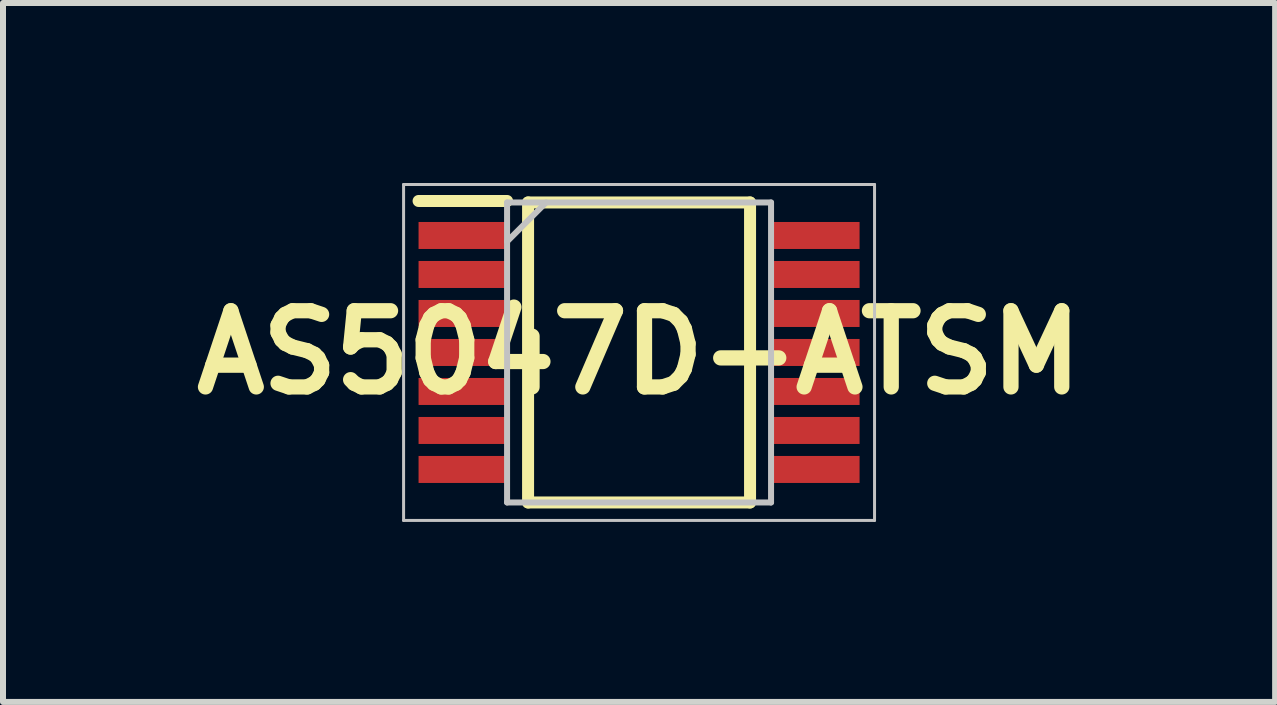
<source format=kicad_pcb>
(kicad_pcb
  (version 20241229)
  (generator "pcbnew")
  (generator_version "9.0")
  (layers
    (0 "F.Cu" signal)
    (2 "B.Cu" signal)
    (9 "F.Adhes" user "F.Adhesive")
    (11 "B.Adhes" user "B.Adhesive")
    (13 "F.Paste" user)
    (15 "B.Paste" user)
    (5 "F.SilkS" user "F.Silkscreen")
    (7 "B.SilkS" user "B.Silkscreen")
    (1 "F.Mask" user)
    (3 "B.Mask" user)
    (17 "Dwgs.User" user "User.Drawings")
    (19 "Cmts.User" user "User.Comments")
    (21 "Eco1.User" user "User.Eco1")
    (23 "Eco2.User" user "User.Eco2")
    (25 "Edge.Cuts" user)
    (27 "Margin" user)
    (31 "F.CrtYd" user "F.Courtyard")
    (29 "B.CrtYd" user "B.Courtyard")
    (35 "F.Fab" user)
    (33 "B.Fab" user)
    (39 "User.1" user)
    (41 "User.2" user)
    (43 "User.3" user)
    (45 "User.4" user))
  (footprint "AS5047D-ATSM"
    (layer "F.Cu")
    (at 7.602 2.825)
    (property "Reference" "AS5047D-ATSM" (at 0 0 0) (layer "F.SilkS") (effects (font (size 1.27 1.27) (thickness 0.254))))
    (attr smd)
    (fp_line (start -3.675 -2.525) (end -2.2 -2.525) (stroke (width 0.2) (type solid)) (layer "F.SilkS"))
    (fp_line (start -1.85 -2.5) (end 1.85 -2.5) (stroke (width 0.2) (type solid)) (layer "F.SilkS"))
    (fp_line (start -1.85 2.5) (end -1.85 -2.5) (stroke (width 0.2) (type solid)) (layer "F.SilkS"))
    (fp_line (start 1.85 -2.5) (end 1.85 2.5) (stroke (width 0.2) (type solid)) (layer "F.SilkS"))
    (fp_line (start 1.85 2.5) (end -1.85 2.5) (stroke (width 0.2) (type solid)) (layer "F.SilkS"))
    (fp_line (start -3.925 -2.8) (end 3.925 -2.8) (stroke (width 0.05) (type solid)) (layer "Dwgs.User"))
    (fp_line (start -3.925 2.8) (end -3.925 -2.8) (stroke (width 0.05) (type solid)) (layer "Dwgs.User"))
    (fp_line (start -2.2 -2.5) (end 2.2 -2.5) (stroke (width 0.1) (type solid)) (layer "Dwgs.User"))
    (fp_line (start -2.2 -1.85) (end -1.55 -2.5) (stroke (width 0.1) (type solid)) (layer "Dwgs.User"))
    (fp_line (start -2.2 2.5) (end -2.2 -2.5) (stroke (width 0.1) (type solid)) (layer "Dwgs.User"))
    (fp_line (start 2.2 -2.5) (end 2.2 2.5) (stroke (width 0.1) (type solid)) (layer "Dwgs.User"))
    (fp_line (start 2.2 2.5) (end -2.2 2.5) (stroke (width 0.1) (type solid)) (layer "Dwgs.User"))
    (fp_line (start 3.925 -2.8) (end 3.925 2.8) (stroke (width 0.05) (type solid)) (layer "Dwgs.User"))
    (fp_line (start 3.925 2.8) (end -3.925 2.8) (stroke (width 0.05) (type solid)) (layer "Dwgs.User"))
    (pad "1" smd rect (at -2.938 -1.95 90) (size 0.45 1.475) (layers "F.Cu" "F.Paste"))
    (pad "2" smd rect (at -2.938 -1.3 90) (size 0.45 1.475) (layers "F.Cu" "F.Paste"))
    (pad "3" smd rect (at -2.938 -0.65 90) (size 0.45 1.475) (layers "F.Cu" "F.Paste"))
    (pad "4" smd rect (at -2.938 0 90) (size 0.45 1.475) (layers "F.Cu" "F.Paste"))
    (pad "5" smd rect (at -2.938 0.65 90) (size 0.45 1.475) (layers "F.Cu" "F.Paste"))
    (pad "6" smd rect (at -2.938 1.3 90) (size 0.45 1.475) (layers "F.Cu" "F.Paste"))
    (pad "7" smd rect (at -2.938 1.95 90) (size 0.45 1.475) (layers "F.Cu" "F.Paste"))
    (pad "8" smd rect (at 2.938 1.95 90) (size 0.45 1.475) (layers "F.Cu" "F.Paste"))
    (pad "9" smd rect (at 2.938 1.3 90) (size 0.45 1.475) (layers "F.Cu" "F.Paste"))
    (pad "10" smd rect (at 2.938 0.65 90) (size 0.45 1.475) (layers "F.Cu" "F.Paste"))
    (pad "11" smd rect (at 2.938 0 90) (size 0.45 1.475) (layers "F.Cu" "F.Paste"))
    (pad "12" smd rect (at 2.938 -0.65 90) (size 0.45 1.475) (layers "F.Cu" "F.Paste"))
    (pad "13" smd rect (at 2.938 -1.3 90) (size 0.45 1.475) (layers "F.Cu" "F.Paste"))
    (pad "14" smd rect (at 2.938 -1.95 90) (size 0.45 1.475) (layers "F.Cu" "F.Paste")))
  (gr_rect
    (start -3 -3)
    (end 18.204 8.65)
    (stroke (width 0.1) (type default))
    (fill no)
    (layer "Edge.Cuts")))
</source>
